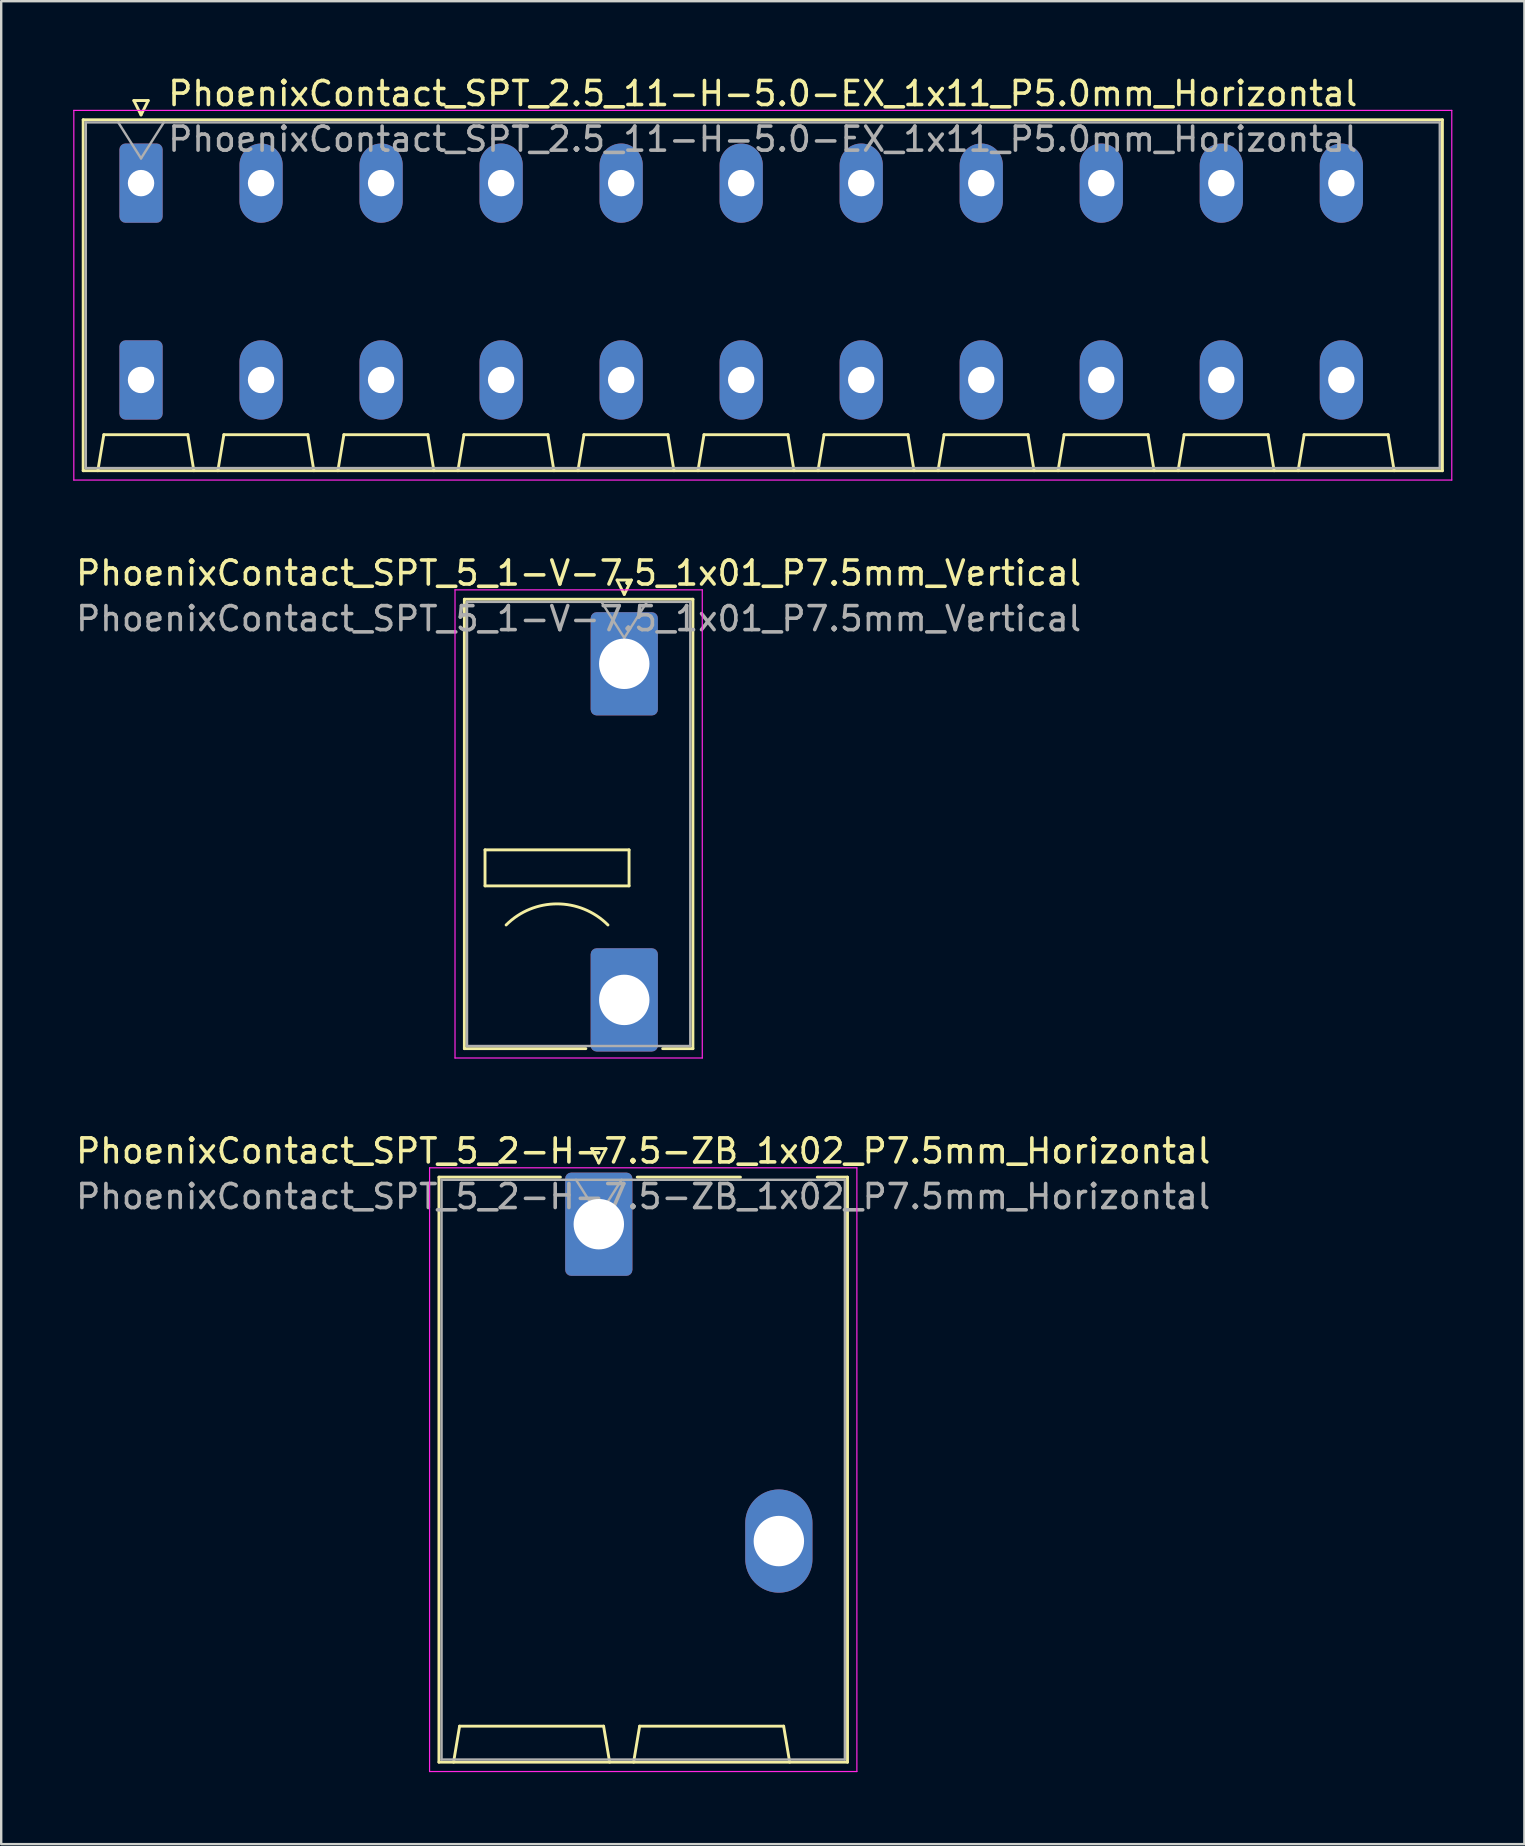
<source format=kicad_pcb>
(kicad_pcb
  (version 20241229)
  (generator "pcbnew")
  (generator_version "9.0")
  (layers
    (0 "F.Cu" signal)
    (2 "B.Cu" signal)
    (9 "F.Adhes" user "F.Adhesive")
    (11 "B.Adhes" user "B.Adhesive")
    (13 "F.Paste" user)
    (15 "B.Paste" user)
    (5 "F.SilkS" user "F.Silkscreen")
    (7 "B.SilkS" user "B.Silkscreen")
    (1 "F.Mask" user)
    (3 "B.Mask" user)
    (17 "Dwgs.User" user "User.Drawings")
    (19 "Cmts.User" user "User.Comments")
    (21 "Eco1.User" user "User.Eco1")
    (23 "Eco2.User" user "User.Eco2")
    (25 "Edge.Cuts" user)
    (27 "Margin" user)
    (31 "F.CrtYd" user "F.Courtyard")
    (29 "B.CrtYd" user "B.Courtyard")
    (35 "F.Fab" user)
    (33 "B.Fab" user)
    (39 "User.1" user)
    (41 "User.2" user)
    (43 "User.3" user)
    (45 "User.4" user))
  (footprint "PhoenixContact_SPT_5_2-H-7.5-ZB_1x02_P7.5mm_Horizontal"
    (layer "F.Cu")
    (at 21.894 47.945)
    (property "Reference" "PhoenixContact_SPT_5_2-H-7.5-ZB_1x02_P7.5mm_Horizontal" (at 1.85 -3.05 0) (layer "F.SilkS") (effects (font (size 1 1) (thickness 0.15))))
    (attr through_hole)
    (fp_line (start -6.66 -1.96) (end -1.6 -1.96) (stroke (width 0.12) (type solid)) (layer "F.SilkS"))
    (fp_line (start -6.66 22.41) (end -6.66 -1.96) (stroke (width 0.12) (type solid)) (layer "F.SilkS"))
    (fp_line (start -6.05 22.41) (end -5.8 20.91) (stroke (width 0.12) (type solid)) (layer "F.SilkS"))
    (fp_line (start -5.8 20.91) (end 0.2 20.91) (stroke (width 0.12) (type solid)) (layer "F.SilkS"))
    (fp_line (start -0.3 -3.15) (end 0 -2.55) (stroke (width 0.12) (type solid)) (layer "F.SilkS"))
    (fp_line (start -0.3 -3.15) (end 0.3 -3.15) (stroke (width 0.12) (type solid)) (layer "F.SilkS"))
    (fp_line (start 0.3 -3.15) (end 0 -2.55) (stroke (width 0.12) (type solid)) (layer "F.SilkS"))
    (fp_line (start 0.45 22.41) (end 0.2 20.91) (stroke (width 0.12) (type solid)) (layer "F.SilkS"))
    (fp_line (start 1.45 22.41) (end 1.7 20.91) (stroke (width 0.12) (type solid)) (layer "F.SilkS"))
    (fp_line (start 1.6 -1.96) (end 5.9 -1.96) (stroke (width 0.12) (type solid)) (layer "F.SilkS"))
    (fp_line (start 1.7 20.91) (end 7.7 20.91) (stroke (width 0.12) (type solid)) (layer "F.SilkS"))
    (fp_line (start 7.95 22.41) (end 7.7 20.91) (stroke (width 0.12) (type solid)) (layer "F.SilkS"))
    (fp_line (start 9.1 -1.96) (end 10.36 -1.96) (stroke (width 0.12) (type solid)) (layer "F.SilkS"))
    (fp_line (start 10.36 -1.96) (end 10.36 22.41) (stroke (width 0.12) (type solid)) (layer "F.SilkS"))
    (fp_line (start 10.36 22.41) (end -6.66 22.41) (stroke (width 0.12) (type solid)) (layer "F.SilkS"))
    (fp_line (start -7.05 -2.35) (end -7.05 22.8) (stroke (width 0.05) (type solid)) (layer "F.CrtYd"))
    (fp_line (start -7.05 22.8) (end 10.75 22.8) (stroke (width 0.05) (type solid)) (layer "F.CrtYd"))
    (fp_line (start 10.75 -2.35) (end -7.05 -2.35) (stroke (width 0.05) (type solid)) (layer "F.CrtYd"))
    (fp_line (start 10.75 22.8) (end 10.75 -2.35) (stroke (width 0.05) (type solid)) (layer "F.CrtYd"))
    (fp_line (start -6.55 -1.85) (end -6.55 22.3) (stroke (width 0.1) (type solid)) (layer "F.Fab"))
    (fp_line (start -6.55 22.3) (end 10.25 22.3) (stroke (width 0.1) (type solid)) (layer "F.Fab"))
    (fp_line (start -0.95 -1.85) (end 0 -0.35) (stroke (width 0.1) (type solid)) (layer "F.Fab"))
    (fp_line (start 0.95 -1.85) (end 0 -0.35) (stroke (width 0.1) (type solid)) (layer "F.Fab"))
    (fp_line (start 10.25 -1.85) (end -6.55 -1.85) (stroke (width 0.1) (type solid)) (layer "F.Fab"))
    (fp_line (start 10.25 22.3) (end 10.25 -1.85) (stroke (width 0.1) (type solid)) (layer "F.Fab"))
    (fp_text user "${REFERENCE}" (at 1.85 -1.15 0) (layer "F.Fab") (effects (font (size 1 1) (thickness 0.15))))
    (pad "1" thru_hole roundrect (at 0 0) (size 2.8 4.3) (drill 2.1) (layers "*.Cu" "*.Mask") (roundrect_rratio 0.089))
    (pad "2" thru_hole oval (at 7.5 13.2) (size 2.8 4.3) (drill 2.1) (layers "*.Cu" "*.Mask")))
  (footprint "PhoenixContact_SPT_2.5_11-H-5.0-EX_1x11_P5.0mm_Horizontal"
    (layer "F.Cu")
    (at 2.825 4.578)
    (property "Reference" "PhoenixContact_SPT_2.5_11-H-5.0-EX_1x11_P5.0mm_Horizontal" (at 25.9 -3.73 0) (layer "F.SilkS") (effects (font (size 1 1) (thickness 0.15))))
    (attr through_hole)
    (fp_line (start -2.41 -2.64) (end 54.21 -2.64) (stroke (width 0.12) (type solid)) (layer "F.SilkS"))
    (fp_line (start -2.41 11.98) (end -2.41 -2.64) (stroke (width 0.12) (type solid)) (layer "F.SilkS"))
    (fp_line (start -1.8 11.98) (end -1.55 10.48) (stroke (width 0.12) (type solid)) (layer "F.SilkS"))
    (fp_line (start -1.55 10.48) (end 1.95 10.48) (stroke (width 0.12) (type solid)) (layer "F.SilkS"))
    (fp_line (start -0.3 -3.44) (end 0 -2.84) (stroke (width 0.12) (type solid)) (layer "F.SilkS"))
    (fp_line (start -0.3 -3.44) (end 0.3 -3.44) (stroke (width 0.12) (type solid)) (layer "F.SilkS"))
    (fp_line (start 0.3 -3.44) (end 0 -2.84) (stroke (width 0.12) (type solid)) (layer "F.SilkS"))
    (fp_line (start 2.2 11.98) (end 1.95 10.48) (stroke (width 0.12) (type solid)) (layer "F.SilkS"))
    (fp_line (start 3.2 11.98) (end 3.45 10.48) (stroke (width 0.12) (type solid)) (layer "F.SilkS"))
    (fp_line (start 3.45 10.48) (end 6.95 10.48) (stroke (width 0.12) (type solid)) (layer "F.SilkS"))
    (fp_line (start 7.2 11.98) (end 6.95 10.48) (stroke (width 0.12) (type solid)) (layer "F.SilkS"))
    (fp_line (start 8.2 11.98) (end 8.45 10.48) (stroke (width 0.12) (type solid)) (layer "F.SilkS"))
    (fp_line (start 8.45 10.48) (end 11.95 10.48) (stroke (width 0.12) (type solid)) (layer "F.SilkS"))
    (fp_line (start 12.2 11.98) (end 11.95 10.48) (stroke (width 0.12) (type solid)) (layer "F.SilkS"))
    (fp_line (start 13.2 11.98) (end 13.45 10.48) (stroke (width 0.12) (type solid)) (layer "F.SilkS"))
    (fp_line (start 13.45 10.48) (end 16.95 10.48) (stroke (width 0.12) (type solid)) (layer "F.SilkS"))
    (fp_line (start 17.2 11.98) (end 16.95 10.48) (stroke (width 0.12) (type solid)) (layer "F.SilkS"))
    (fp_line (start 18.2 11.98) (end 18.45 10.48) (stroke (width 0.12) (type solid)) (layer "F.SilkS"))
    (fp_line (start 18.45 10.48) (end 21.95 10.48) (stroke (width 0.12) (type solid)) (layer "F.SilkS"))
    (fp_line (start 22.2 11.98) (end 21.95 10.48) (stroke (width 0.12) (type solid)) (layer "F.SilkS"))
    (fp_line (start 23.2 11.98) (end 23.45 10.48) (stroke (width 0.12) (type solid)) (layer "F.SilkS"))
    (fp_line (start 23.45 10.48) (end 26.95 10.48) (stroke (width 0.12) (type solid)) (layer "F.SilkS"))
    (fp_line (start 27.2 11.98) (end 26.95 10.48) (stroke (width 0.12) (type solid)) (layer "F.SilkS"))
    (fp_line (start 28.2 11.98) (end 28.45 10.48) (stroke (width 0.12) (type solid)) (layer "F.SilkS"))
    (fp_line (start 28.45 10.48) (end 31.95 10.48) (stroke (width 0.12) (type solid)) (layer "F.SilkS"))
    (fp_line (start 32.2 11.98) (end 31.95 10.48) (stroke (width 0.12) (type solid)) (layer "F.SilkS"))
    (fp_line (start 33.2 11.98) (end 33.45 10.48) (stroke (width 0.12) (type solid)) (layer "F.SilkS"))
    (fp_line (start 33.45 10.48) (end 36.95 10.48) (stroke (width 0.12) (type solid)) (layer "F.SilkS"))
    (fp_line (start 37.2 11.98) (end 36.95 10.48) (stroke (width 0.12) (type solid)) (layer "F.SilkS"))
    (fp_line (start 38.2 11.98) (end 38.45 10.48) (stroke (width 0.12) (type solid)) (layer "F.SilkS"))
    (fp_line (start 38.45 10.48) (end 41.95 10.48) (stroke (width 0.12) (type solid)) (layer "F.SilkS"))
    (fp_line (start 42.2 11.98) (end 41.95 10.48) (stroke (width 0.12) (type solid)) (layer "F.SilkS"))
    (fp_line (start 43.2 11.98) (end 43.45 10.48) (stroke (width 0.12) (type solid)) (layer "F.SilkS"))
    (fp_line (start 43.45 10.48) (end 46.95 10.48) (stroke (width 0.12) (type solid)) (layer "F.SilkS"))
    (fp_line (start 47.2 11.98) (end 46.95 10.48) (stroke (width 0.12) (type solid)) (layer "F.SilkS"))
    (fp_line (start 48.2 11.98) (end 48.45 10.48) (stroke (width 0.12) (type solid)) (layer "F.SilkS"))
    (fp_line (start 48.45 10.48) (end 51.95 10.48) (stroke (width 0.12) (type solid)) (layer "F.SilkS"))
    (fp_line (start 52.2 11.98) (end 51.95 10.48) (stroke (width 0.12) (type solid)) (layer "F.SilkS"))
    (fp_line (start 54.21 -2.64) (end 54.21 11.98) (stroke (width 0.12) (type solid)) (layer "F.SilkS"))
    (fp_line (start 54.21 11.98) (end -2.41 11.98) (stroke (width 0.12) (type solid)) (layer "F.SilkS"))
    (fp_line (start -2.8 -3.03) (end -2.8 12.37) (stroke (width 0.05) (type solid)) (layer "F.CrtYd"))
    (fp_line (start -2.8 12.37) (end 54.6 12.37) (stroke (width 0.05) (type solid)) (layer "F.CrtYd"))
    (fp_line (start 54.6 -3.03) (end -2.8 -3.03) (stroke (width 0.05) (type solid)) (layer "F.CrtYd"))
    (fp_line (start 54.6 12.37) (end 54.6 -3.03) (stroke (width 0.05) (type solid)) (layer "F.CrtYd"))
    (fp_line (start -2.3 -2.53) (end -2.3 11.87) (stroke (width 0.1) (type solid)) (layer "F.Fab"))
    (fp_line (start -2.3 11.87) (end 54.1 11.87) (stroke (width 0.1) (type solid)) (layer "F.Fab"))
    (fp_line (start -0.95 -2.53) (end 0 -1.03) (stroke (width 0.1) (type solid)) (layer "F.Fab"))
    (fp_line (start 0.95 -2.53) (end 0 -1.03) (stroke (width 0.1) (type solid)) (layer "F.Fab"))
    (fp_line (start 54.1 -2.53) (end -2.3 -2.53) (stroke (width 0.1) (type solid)) (layer "F.Fab"))
    (fp_line (start 54.1 11.87) (end 54.1 -2.53) (stroke (width 0.1) (type solid)) (layer "F.Fab"))
    (fp_text user "${REFERENCE}" (at 25.9 -1.83 0) (layer "F.Fab") (effects (font (size 1 1) (thickness 0.15))))
    (pad "1" thru_hole roundrect (at 0 0) (size 1.8 3.3) (drill 1.1) (layers "*.Cu" "*.Mask") (roundrect_rratio 0.139))
    (pad "1" thru_hole roundrect (at 0 8.2) (size 1.8 3.3) (drill 1.1) (layers "*.Cu" "*.Mask") (roundrect_rratio 0.139))
    (pad "2" thru_hole oval (at 5 0) (size 1.8 3.3) (drill 1.1) (layers "*.Cu" "*.Mask"))
    (pad "2" thru_hole oval (at 5 8.2) (size 1.8 3.3) (drill 1.1) (layers "*.Cu" "*.Mask"))
    (pad "3" thru_hole oval (at 10 0) (size 1.8 3.3) (drill 1.1) (layers "*.Cu" "*.Mask"))
    (pad "3" thru_hole oval (at 10 8.2) (size 1.8 3.3) (drill 1.1) (layers "*.Cu" "*.Mask"))
    (pad "4" thru_hole oval (at 15 0) (size 1.8 3.3) (drill 1.1) (layers "*.Cu" "*.Mask"))
    (pad "4" thru_hole oval (at 15 8.2) (size 1.8 3.3) (drill 1.1) (layers "*.Cu" "*.Mask"))
    (pad "5" thru_hole oval (at 20 0) (size 1.8 3.3) (drill 1.1) (layers "*.Cu" "*.Mask"))
    (pad "5" thru_hole oval (at 20 8.2) (size 1.8 3.3) (drill 1.1) (layers "*.Cu" "*.Mask"))
    (pad "6" thru_hole oval (at 25 0) (size 1.8 3.3) (drill 1.1) (layers "*.Cu" "*.Mask"))
    (pad "6" thru_hole oval (at 25 8.2) (size 1.8 3.3) (drill 1.1) (layers "*.Cu" "*.Mask"))
    (pad "7" thru_hole oval (at 30 0) (size 1.8 3.3) (drill 1.1) (layers "*.Cu" "*.Mask"))
    (pad "7" thru_hole oval (at 30 8.2) (size 1.8 3.3) (drill 1.1) (layers "*.Cu" "*.Mask"))
    (pad "8" thru_hole oval (at 35 0) (size 1.8 3.3) (drill 1.1) (layers "*.Cu" "*.Mask"))
    (pad "8" thru_hole oval (at 35 8.2) (size 1.8 3.3) (drill 1.1) (layers "*.Cu" "*.Mask"))
    (pad "9" thru_hole oval (at 40 0) (size 1.8 3.3) (drill 1.1) (layers "*.Cu" "*.Mask"))
    (pad "9" thru_hole oval (at 40 8.2) (size 1.8 3.3) (drill 1.1) (layers "*.Cu" "*.Mask"))
    (pad "10" thru_hole oval (at 45 0) (size 1.8 3.3) (drill 1.1) (layers "*.Cu" "*.Mask"))
    (pad "10" thru_hole oval (at 45 8.2) (size 1.8 3.3) (drill 1.1) (layers "*.Cu" "*.Mask"))
    (pad "11" thru_hole oval (at 50 0) (size 1.8 3.3) (drill 1.1) (layers "*.Cu" "*.Mask"))
    (pad "11" thru_hole oval (at 50 8.2) (size 1.8 3.3) (drill 1.1) (layers "*.Cu" "*.Mask")))
  (footprint "PhoenixContact_SPT_5_1-V-7.5_1x01_P7.5mm_Vertical"
    (layer "F.Cu")
    (at 22.954 24.602)
    (property "Reference" "PhoenixContact_SPT_5_1-V-7.5_1x01_P7.5mm_Vertical" (at -1.9 -3.78 0) (layer "F.SilkS") (effects (font (size 1 1) (thickness 0.15))))
    (attr through_hole)
    (fp_line (start -6.66 -2.69) (end 2.86 -2.69) (stroke (width 0.12) (type solid)) (layer "F.SilkS"))
    (fp_line (start -6.66 16.03) (end -6.66 -2.69) (stroke (width 0.12) (type solid)) (layer "F.SilkS"))
    (fp_line (start -6.66 16.03) (end -1.6 16.03) (stroke (width 0.12) (type solid)) (layer "F.SilkS"))
    (fp_line (start -5.8 7.75) (end -5.8 9.25) (stroke (width 0.12) (type solid)) (layer "F.SilkS"))
    (fp_line (start -5.8 9.25) (end 0.2 9.25) (stroke (width 0.12) (type solid)) (layer "F.SilkS"))
    (fp_line (start -0.3 -3.49) (end 0 -2.89) (stroke (width 0.12) (type solid)) (layer "F.SilkS"))
    (fp_line (start -0.3 -3.49) (end 0.3 -3.49) (stroke (width 0.12) (type solid)) (layer "F.SilkS"))
    (fp_line (start 0.2 7.75) (end -5.8 7.75) (stroke (width 0.12) (type solid)) (layer "F.SilkS"))
    (fp_line (start 0.2 9.25) (end 0.2 7.75) (stroke (width 0.12) (type solid)) (layer "F.SilkS"))
    (fp_line (start 0.3 -3.49) (end 0 -2.89) (stroke (width 0.12) (type solid)) (layer "F.SilkS"))
    (fp_line (start 1.6 16.03) (end 2.86 16.03) (stroke (width 0.12) (type solid)) (layer "F.SilkS"))
    (fp_line (start 2.86 -2.69) (end 2.86 16.03) (stroke (width 0.12) (type solid)) (layer "F.SilkS"))
    (fp_arc (start -4.92132 10.87868) (mid -2.8 10) (end -0.67868 10.87868) (stroke (width 0.12) (type solid)) (layer "F.SilkS"))
    (fp_line (start -7.05 -3.08) (end -7.05 16.42) (stroke (width 0.05) (type solid)) (layer "F.CrtYd"))
    (fp_line (start -7.05 16.42) (end 3.25 16.42) (stroke (width 0.05) (type solid)) (layer "F.CrtYd"))
    (fp_line (start 3.25 -3.08) (end -7.05 -3.08) (stroke (width 0.05) (type solid)) (layer "F.CrtYd"))
    (fp_line (start 3.25 16.42) (end 3.25 -3.08) (stroke (width 0.05) (type solid)) (layer "F.CrtYd"))
    (fp_line (start -6.55 -2.58) (end -6.55 15.92) (stroke (width 0.1) (type solid)) (layer "F.Fab"))
    (fp_line (start -6.55 15.92) (end 2.75 15.92) (stroke (width 0.1) (type solid)) (layer "F.Fab"))
    (fp_line (start -0.95 -2.58) (end 0 -1.08) (stroke (width 0.1) (type solid)) (layer "F.Fab"))
    (fp_line (start 0.95 -2.58) (end 0 -1.08) (stroke (width 0.1) (type solid)) (layer "F.Fab"))
    (fp_line (start 2.75 -2.58) (end -6.55 -2.58) (stroke (width 0.1) (type solid)) (layer "F.Fab"))
    (fp_line (start 2.75 15.92) (end 2.75 -2.58) (stroke (width 0.1) (type solid)) (layer "F.Fab"))
    (fp_text user "${REFERENCE}" (at -1.9 -1.88 0) (layer "F.Fab") (effects (font (size 1 1) (thickness 0.15))))
    (pad "1" thru_hole roundrect (at 0 0) (size 2.8 4.3) (drill 2.1) (layers "*.Cu" "*.Mask") (roundrect_rratio 0.089))
    (pad "1" thru_hole roundrect (at 0 14) (size 2.8 4.3) (drill 2.1) (layers "*.Cu" "*.Mask") (roundrect_rratio 0.089)))
  (gr_rect
    (start -3 -3)
    (end 60.45 73.77)
    (stroke (width 0.1) (type default))
    (fill no)
    (layer "Edge.Cuts")))
</source>
